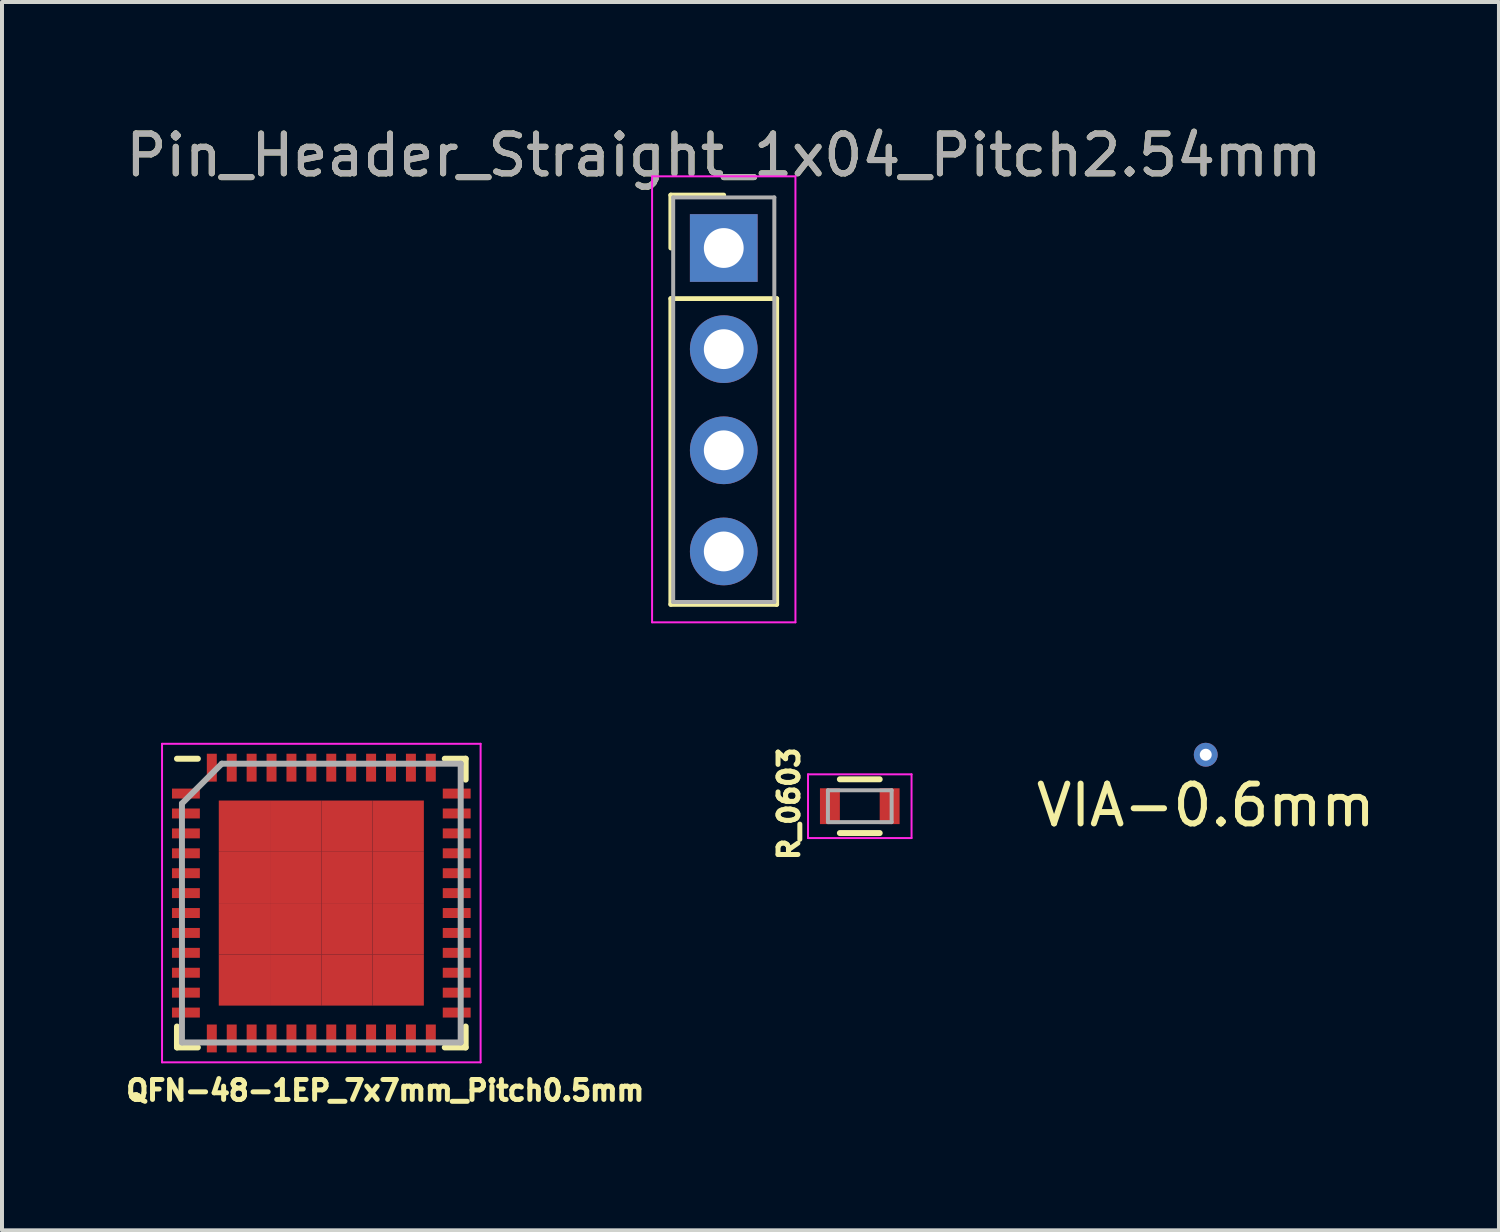
<source format=kicad_pcb>
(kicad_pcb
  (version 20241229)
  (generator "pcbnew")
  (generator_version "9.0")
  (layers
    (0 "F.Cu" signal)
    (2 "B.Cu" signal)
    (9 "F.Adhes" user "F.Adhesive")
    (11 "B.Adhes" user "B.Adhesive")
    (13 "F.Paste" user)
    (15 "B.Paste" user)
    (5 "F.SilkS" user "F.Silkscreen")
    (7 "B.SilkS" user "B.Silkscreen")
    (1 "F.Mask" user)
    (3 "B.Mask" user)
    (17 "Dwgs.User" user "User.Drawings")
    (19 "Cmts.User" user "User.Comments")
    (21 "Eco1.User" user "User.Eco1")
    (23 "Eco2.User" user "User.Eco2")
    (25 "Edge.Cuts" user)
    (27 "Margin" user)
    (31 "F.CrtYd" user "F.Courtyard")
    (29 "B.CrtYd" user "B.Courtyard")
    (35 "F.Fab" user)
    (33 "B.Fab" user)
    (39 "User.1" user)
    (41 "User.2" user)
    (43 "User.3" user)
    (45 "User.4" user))
  (footprint "Pin_Header_Straight_1x04_Pitch2.54mm"
    (layer "F.Cu")
    (at 15.125 3.178)
    (property "Reference" "Pin_Header_Straight_1x04_Pitch2.54mm" (at 0 -2.33 0) (layer "F.SilkS") (effects (font (size 1 1) (thickness 0.15))))
    (attr through_hole)
    (fp_line (start -1.33 -1.33) (end 0 -1.33) (stroke (width 0.12) (type solid)) (layer "F.SilkS"))
    (fp_line (start -1.33 0) (end -1.33 -1.33) (stroke (width 0.12) (type solid)) (layer "F.SilkS"))
    (fp_line (start -1.33 1.27) (end -1.33 8.95) (stroke (width 0.12) (type solid)) (layer "F.SilkS"))
    (fp_line (start -1.33 8.95) (end 1.33 8.95) (stroke (width 0.12) (type solid)) (layer "F.SilkS"))
    (fp_line (start 1.33 1.27) (end -1.33 1.27) (stroke (width 0.12) (type solid)) (layer "F.SilkS"))
    (fp_line (start 1.33 8.95) (end 1.33 1.27) (stroke (width 0.12) (type solid)) (layer "F.SilkS"))
    (fp_line (start -1.8 -1.8) (end -1.8 9.4) (stroke (width 0.05) (type solid)) (layer "F.CrtYd"))
    (fp_line (start -1.8 9.4) (end 1.8 9.4) (stroke (width 0.05) (type solid)) (layer "F.CrtYd"))
    (fp_line (start 1.8 -1.8) (end -1.8 -1.8) (stroke (width 0.05) (type solid)) (layer "F.CrtYd"))
    (fp_line (start 1.8 9.4) (end 1.8 -1.8) (stroke (width 0.05) (type solid)) (layer "F.CrtYd"))
    (fp_line (start -1.27 -1.27) (end -1.27 8.89) (stroke (width 0.1) (type solid)) (layer "F.Fab"))
    (fp_line (start -1.27 8.89) (end 1.27 8.89) (stroke (width 0.1) (type solid)) (layer "F.Fab"))
    (fp_line (start 1.27 -1.27) (end -1.27 -1.27) (stroke (width 0.1) (type solid)) (layer "F.Fab"))
    (fp_line (start 1.27 8.89) (end 1.27 -1.27) (stroke (width 0.1) (type solid)) (layer "F.Fab"))
    (fp_text user "${REFERENCE}" (at 0 -2.33 0) (layer "F.Fab") (effects (font (size 1 1) (thickness 0.15))))
    (pad "1" thru_hole rect (at 0 0) (size 1.7 1.7) (drill 1) (layers "*.Cu" "*.Mask"))
    (pad "2" thru_hole oval (at 0 2.54) (size 1.7 1.7) (drill 1) (layers "*.Cu" "*.Mask"))
    (pad "3" thru_hole oval (at 0 5.08) (size 1.7 1.7) (drill 1) (layers "*.Cu" "*.Mask"))
    (pad "4" thru_hole oval (at 0 7.62) (size 1.7 1.7) (drill 1) (layers "*.Cu" "*.Mask")))
  (footprint "QFN-48-1EP_7x7mm_Pitch0.5mm"
    (layer "F.Cu")
    (at 5.019 19.628)
    (property "Reference" "QFN-48-1EP_7x7mm_Pitch0.5mm" (at 1.606 4.706 0) (layer "F.SilkS") (effects (font (size 0.5 0.5) (thickness 0.125))))
    (attr smd)
    (fp_line (start -3.625 -3.625) (end -3.1 -3.625) (stroke (width 0.15) (type solid)) (layer "F.SilkS"))
    (fp_line (start -3.625 3.625) (end -3.625 3.1) (stroke (width 0.15) (type solid)) (layer "F.SilkS"))
    (fp_line (start -3.625 3.625) (end -3.1 3.625) (stroke (width 0.15) (type solid)) (layer "F.SilkS"))
    (fp_line (start 3.625 -3.625) (end 3.1 -3.625) (stroke (width 0.15) (type solid)) (layer "F.SilkS"))
    (fp_line (start 3.625 -3.625) (end 3.625 -3.1) (stroke (width 0.15) (type solid)) (layer "F.SilkS"))
    (fp_line (start 3.625 3.625) (end 3.1 3.625) (stroke (width 0.15) (type solid)) (layer "F.SilkS"))
    (fp_line (start 3.625 3.625) (end 3.625 3.1) (stroke (width 0.15) (type solid)) (layer "F.SilkS"))
    (fp_line (start -4 -4) (end -4 4) (stroke (width 0.05) (type solid)) (layer "F.CrtYd"))
    (fp_line (start -4 -4) (end 4 -4) (stroke (width 0.05) (type solid)) (layer "F.CrtYd"))
    (fp_line (start -4 4) (end 4 4) (stroke (width 0.05) (type solid)) (layer "F.CrtYd"))
    (fp_line (start 4 -4) (end 4 4) (stroke (width 0.05) (type solid)) (layer "F.CrtYd"))
    (fp_line (start -3.5 -2.5) (end -2.5 -3.5) (stroke (width 0.15) (type solid)) (layer "F.Fab"))
    (fp_line (start -3.5 3.5) (end -3.5 -2.5) (stroke (width 0.15) (type solid)) (layer "F.Fab"))
    (fp_line (start -2.5 -3.5) (end 3.5 -3.5) (stroke (width 0.15) (type solid)) (layer "F.Fab"))
    (fp_line (start 3.5 -3.5) (end 3.5 3.5) (stroke (width 0.15) (type solid)) (layer "F.Fab"))
    (fp_line (start 3.5 3.5) (end -3.5 3.5) (stroke (width 0.15) (type solid)) (layer "F.Fab"))
    (pad "1" smd rect (at -3.4 -2.75) (size 0.7 0.25) (layers "F.Cu" "F.Mask" "F.Paste"))
    (pad "2" smd rect (at -3.4 -2.25) (size 0.7 0.25) (layers "F.Cu" "F.Mask" "F.Paste"))
    (pad "3" smd rect (at -3.4 -1.75) (size 0.7 0.25) (layers "F.Cu" "F.Mask" "F.Paste"))
    (pad "4" smd rect (at -3.4 -1.25) (size 0.7 0.25) (layers "F.Cu" "F.Mask" "F.Paste"))
    (pad "5" smd rect (at -3.4 -0.75) (size 0.7 0.25) (layers "F.Cu" "F.Mask" "F.Paste"))
    (pad "6" smd rect (at -3.4 -0.25) (size 0.7 0.25) (layers "F.Cu" "F.Mask" "F.Paste"))
    (pad "7" smd rect (at -3.4 0.25) (size 0.7 0.25) (layers "F.Cu" "F.Mask" "F.Paste"))
    (pad "8" smd rect (at -3.4 0.75) (size 0.7 0.25) (layers "F.Cu" "F.Mask" "F.Paste"))
    (pad "9" smd rect (at -3.4 1.25) (size 0.7 0.25) (layers "F.Cu" "F.Mask" "F.Paste"))
    (pad "10" smd rect (at -3.4 1.75) (size 0.7 0.25) (layers "F.Cu" "F.Mask" "F.Paste"))
    (pad "11" smd rect (at -3.4 2.25) (size 0.7 0.25) (layers "F.Cu" "F.Mask" "F.Paste"))
    (pad "12" smd rect (at -3.4 2.75) (size 0.7 0.25) (layers "F.Cu" "F.Mask" "F.Paste"))
    (pad "13" smd rect (at -2.75 3.4 90) (size 0.7 0.25) (layers "F.Cu" "F.Mask" "F.Paste"))
    (pad "14" smd rect (at -2.25 3.4 90) (size 0.7 0.25) (layers "F.Cu" "F.Mask" "F.Paste"))
    (pad "15" smd rect (at -1.75 3.4 90) (size 0.7 0.25) (layers "F.Cu" "F.Mask" "F.Paste"))
    (pad "16" smd rect (at -1.25 3.4 90) (size 0.7 0.25) (layers "F.Cu" "F.Mask" "F.Paste"))
    (pad "17" smd rect (at -0.75 3.4 90) (size 0.7 0.25) (layers "F.Cu" "F.Mask" "F.Paste"))
    (pad "18" smd rect (at -0.25 3.4 90) (size 0.7 0.25) (layers "F.Cu" "F.Mask" "F.Paste"))
    (pad "19" smd rect (at 0.25 3.4 90) (size 0.7 0.25) (layers "F.Cu" "F.Mask" "F.Paste"))
    (pad "20" smd rect (at 0.75 3.4 90) (size 0.7 0.25) (layers "F.Cu" "F.Mask" "F.Paste"))
    (pad "21" smd rect (at 1.25 3.4 90) (size 0.7 0.25) (layers "F.Cu" "F.Mask" "F.Paste"))
    (pad "22" smd rect (at 1.75 3.4 90) (size 0.7 0.25) (layers "F.Cu" "F.Mask" "F.Paste"))
    (pad "23" smd rect (at 2.25 3.4 90) (size 0.7 0.25) (layers "F.Cu" "F.Mask" "F.Paste"))
    (pad "24" smd rect (at 2.75 3.4 90) (size 0.7 0.25) (layers "F.Cu" "F.Mask" "F.Paste"))
    (pad "25" smd rect (at 3.4 2.75) (size 0.7 0.25) (layers "F.Cu" "F.Mask" "F.Paste"))
    (pad "26" smd rect (at 3.4 2.25) (size 0.7 0.25) (layers "F.Cu" "F.Mask" "F.Paste"))
    (pad "27" smd rect (at 3.4 1.75) (size 0.7 0.25) (layers "F.Cu" "F.Mask" "F.Paste"))
    (pad "28" smd rect (at 3.4 1.25) (size 0.7 0.25) (layers "F.Cu" "F.Mask" "F.Paste"))
    (pad "29" smd rect (at 3.4 0.75) (size 0.7 0.25) (layers "F.Cu" "F.Mask" "F.Paste"))
    (pad "30" smd rect (at 3.4 0.25) (size 0.7 0.25) (layers "F.Cu" "F.Mask" "F.Paste"))
    (pad "31" smd rect (at 3.4 -0.25) (size 0.7 0.25) (layers "F.Cu" "F.Mask" "F.Paste"))
    (pad "32" smd rect (at 3.4 -0.75) (size 0.7 0.25) (layers "F.Cu" "F.Mask" "F.Paste"))
    (pad "33" smd rect (at 3.4 -1.25) (size 0.7 0.25) (layers "F.Cu" "F.Mask" "F.Paste"))
    (pad "34" smd rect (at 3.4 -1.75) (size 0.7 0.25) (layers "F.Cu" "F.Mask" "F.Paste"))
    (pad "35" smd rect (at 3.4 -2.25) (size 0.7 0.25) (layers "F.Cu" "F.Mask" "F.Paste"))
    (pad "36" smd rect (at 3.4 -2.75) (size 0.7 0.25) (layers "F.Cu" "F.Mask" "F.Paste"))
    (pad "37" smd rect (at 2.75 -3.4 90) (size 0.7 0.25) (layers "F.Cu" "F.Mask" "F.Paste"))
    (pad "38" smd rect (at 2.25 -3.4 90) (size 0.7 0.25) (layers "F.Cu" "F.Mask" "F.Paste"))
    (pad "39" smd rect (at 1.75 -3.4 90) (size 0.7 0.25) (layers "F.Cu" "F.Mask" "F.Paste"))
    (pad "40" smd rect (at 1.25 -3.4 90) (size 0.7 0.25) (layers "F.Cu" "F.Mask" "F.Paste"))
    (pad "41" smd rect (at 0.75 -3.4 90) (size 0.7 0.25) (layers "F.Cu" "F.Mask" "F.Paste"))
    (pad "42" smd rect (at 0.25 -3.4 90) (size 0.7 0.25) (layers "F.Cu" "F.Mask" "F.Paste"))
    (pad "43" smd rect (at -0.25 -3.4 90) (size 0.7 0.25) (layers "F.Cu" "F.Mask" "F.Paste"))
    (pad "44" smd rect (at -0.75 -3.4 90) (size 0.7 0.25) (layers "F.Cu" "F.Mask" "F.Paste"))
    (pad "45" smd rect (at -1.25 -3.4 90) (size 0.7 0.25) (layers "F.Cu" "F.Mask" "F.Paste"))
    (pad "46" smd rect (at -1.75 -3.4 90) (size 0.7 0.25) (layers "F.Cu" "F.Mask" "F.Paste"))
    (pad "47" smd rect (at -2.25 -3.4 90) (size 0.7 0.25) (layers "F.Cu" "F.Mask" "F.Paste"))
    (pad "48" smd rect (at -2.75 -3.4 90) (size 0.7 0.25) (layers "F.Cu" "F.Mask" "F.Paste"))
    (pad "49" smd rect (at -1.931 -1.931) (size 1.288 1.288) (layers "F.Cu" "F.Mask" "F.Paste"))
    (pad "49" smd rect (at -1.931 -0.644) (size 1.288 1.288) (layers "F.Cu" "F.Mask" "F.Paste"))
    (pad "49" smd rect (at -1.931 0.644) (size 1.288 1.288) (layers "F.Cu" "F.Mask" "F.Paste"))
    (pad "49" smd rect (at -1.931 1.931) (size 1.288 1.288) (layers "F.Cu" "F.Mask" "F.Paste"))
    (pad "49" smd rect (at -0.644 -1.931) (size 1.288 1.288) (layers "F.Cu" "F.Mask" "F.Paste"))
    (pad "49" smd rect (at -0.644 -0.644) (size 1.288 1.288) (layers "F.Cu" "F.Mask" "F.Paste"))
    (pad "49" smd rect (at -0.644 0.644) (size 1.288 1.288) (layers "F.Cu" "F.Mask" "F.Paste"))
    (pad "49" smd rect (at -0.644 1.931) (size 1.288 1.288) (layers "F.Cu" "F.Mask" "F.Paste"))
    (pad "49" smd rect (at 0.644 -1.931) (size 1.288 1.288) (layers "F.Cu" "F.Mask" "F.Paste"))
    (pad "49" smd rect (at 0.644 -0.644) (size 1.288 1.288) (layers "F.Cu" "F.Mask" "F.Paste"))
    (pad "49" smd rect (at 0.644 0.644) (size 1.288 1.288) (layers "F.Cu" "F.Mask" "F.Paste"))
    (pad "49" smd rect (at 0.644 1.931) (size 1.288 1.288) (layers "F.Cu" "F.Mask" "F.Paste"))
    (pad "49" smd rect (at 1.931 -1.931) (size 1.288 1.288) (layers "F.Cu" "F.Mask" "F.Paste"))
    (pad "49" smd rect (at 1.931 -0.644) (size 1.288 1.288) (layers "F.Cu" "F.Mask" "F.Paste"))
    (pad "49" smd rect (at 1.931 0.644) (size 1.288 1.288) (layers "F.Cu" "F.Mask" "F.Paste"))
    (pad "49" smd rect (at 1.931 1.931) (size 1.288 1.288) (layers "F.Cu" "F.Mask" "F.Paste")))
  (footprint "VIA-0.6mm"
    (layer "F.Cu")
    (at 27.229 15.903)
    (property "Reference" "VIA-0.6mm" (at 0 1.27 0) (layer "F.SilkS") (effects (font (size 1 1) (thickness 0.15))))
    (attr through_hole)
    (pad "1" thru_hole circle (at 0 0) (size 0.6 0.6) (drill 0.3) (layers "*.Cu")))
  (footprint "R_0603"
    (layer "F.Cu")
    (at 18.541 17.195)
    (property "Reference" "R_0603" (at -1.778 -0.061 90) (layer "F.SilkS") (effects (font (size 0.5 0.5) (thickness 0.125))))
    (attr smd)
    (fp_line (start -0.5 -0.675) (end 0.5 -0.675) (stroke (width 0.15) (type solid)) (layer "F.SilkS"))
    (fp_line (start 0.5 0.675) (end -0.5 0.675) (stroke (width 0.15) (type solid)) (layer "F.SilkS"))
    (fp_line (start -1.3 -0.8) (end -1.3 0.8) (stroke (width 0.05) (type solid)) (layer "F.CrtYd"))
    (fp_line (start -1.3 -0.8) (end 1.3 -0.8) (stroke (width 0.05) (type solid)) (layer "F.CrtYd"))
    (fp_line (start -1.3 0.8) (end 1.3 0.8) (stroke (width 0.05) (type solid)) (layer "F.CrtYd"))
    (fp_line (start 1.3 -0.8) (end 1.3 0.8) (stroke (width 0.05) (type solid)) (layer "F.CrtYd"))
    (fp_line (start -0.8 -0.4) (end 0.8 -0.4) (stroke (width 0.1) (type solid)) (layer "F.Fab"))
    (fp_line (start -0.8 0.4) (end -0.8 -0.4) (stroke (width 0.1) (type solid)) (layer "F.Fab"))
    (fp_line (start 0.8 -0.4) (end 0.8 0.4) (stroke (width 0.1) (type solid)) (layer "F.Fab"))
    (fp_line (start 0.8 0.4) (end -0.8 0.4) (stroke (width 0.1) (type solid)) (layer "F.Fab"))
    (pad "1" smd rect (at -0.75 0) (size 0.5 0.9) (layers "F.Cu" "F.Mask" "F.Paste"))
    (pad "2" smd rect (at 0.75 0) (size 0.5 0.9) (layers "F.Cu" "F.Mask" "F.Paste")))
  (gr_rect
    (start -3 -3)
    (end 34.592 27.846)
    (stroke (width 0.1) (type default))
    (fill no)
    (layer "Edge.Cuts")))
</source>
